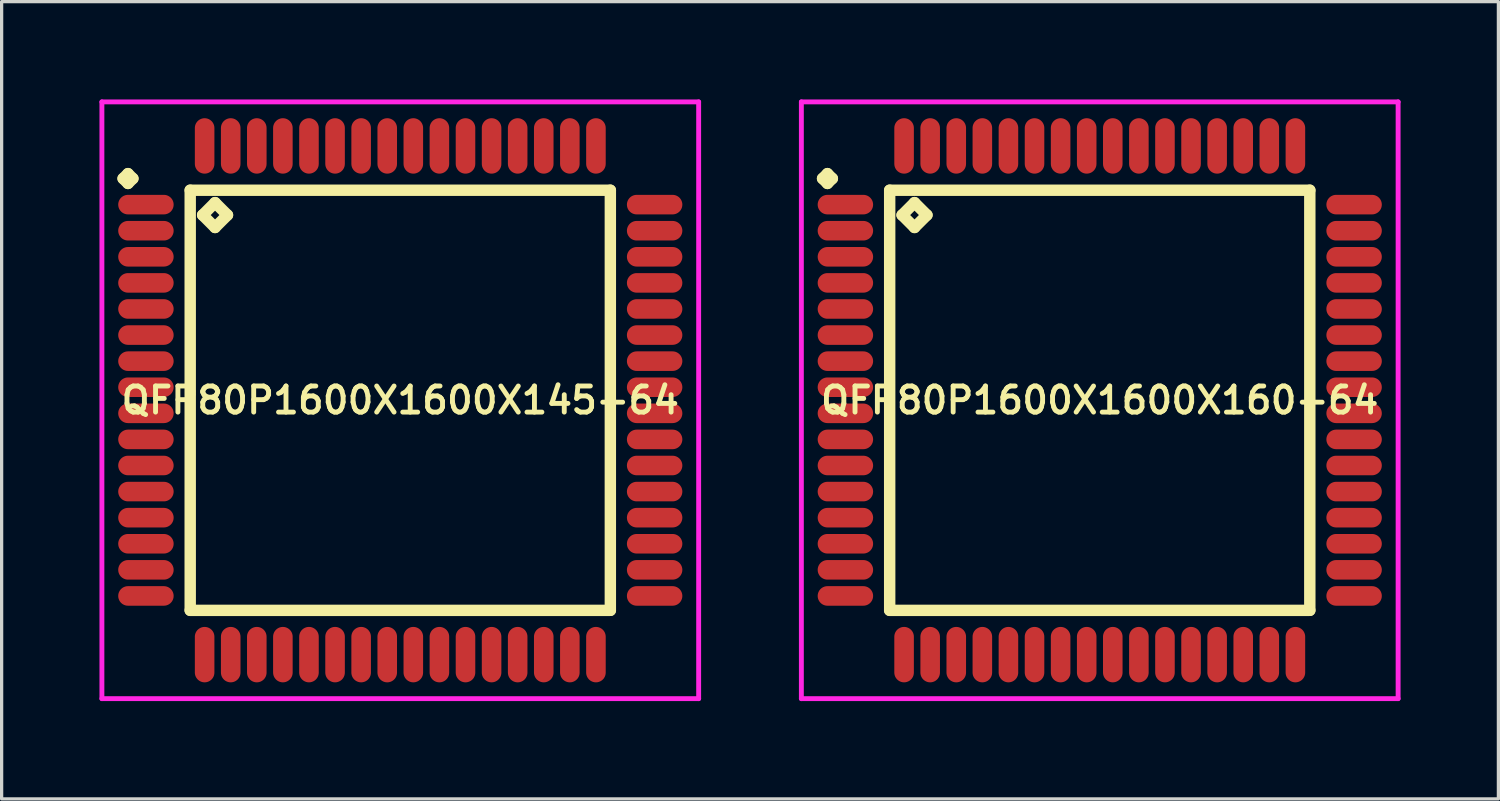
<source format=kicad_pcb>
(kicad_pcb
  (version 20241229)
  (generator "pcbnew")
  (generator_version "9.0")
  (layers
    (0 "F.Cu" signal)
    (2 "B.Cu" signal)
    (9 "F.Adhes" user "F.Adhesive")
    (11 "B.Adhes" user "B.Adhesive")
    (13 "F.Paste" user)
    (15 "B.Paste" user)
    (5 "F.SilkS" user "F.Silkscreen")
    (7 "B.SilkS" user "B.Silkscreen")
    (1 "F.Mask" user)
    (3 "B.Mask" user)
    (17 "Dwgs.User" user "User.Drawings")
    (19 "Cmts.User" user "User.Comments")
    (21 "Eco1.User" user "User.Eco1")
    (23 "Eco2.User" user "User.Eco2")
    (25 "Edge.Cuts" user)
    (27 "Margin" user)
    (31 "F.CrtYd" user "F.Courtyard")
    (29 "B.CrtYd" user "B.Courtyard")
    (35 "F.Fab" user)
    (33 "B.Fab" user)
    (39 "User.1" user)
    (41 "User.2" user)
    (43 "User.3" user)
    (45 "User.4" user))
  (footprint "QFP80P1600X1600X145-64"
    (layer "F.Cu")
    (at 9.225 9.225)
    (property "Reference" "QFP80P1600X1600X145-64" (at 0 0 0) (layer "F.SilkS") (effects (font (size 0.8 0.8) (thickness 0.15))))
    (attr smd)
    (fp_line (start -8.5 -6.8) (end -8.35 -6.95) (stroke (width 0.35) (type solid)) (layer "F.SilkS"))
    (fp_line (start -8.35 -6.95) (end -8.2 -6.8) (stroke (width 0.35) (type solid)) (layer "F.SilkS"))
    (fp_line (start -8.35 -6.65) (end -8.5 -6.8) (stroke (width 0.35) (type solid)) (layer "F.SilkS"))
    (fp_line (start -8.2 -6.8) (end -8.35 -6.65) (stroke (width 0.35) (type solid)) (layer "F.SilkS"))
    (fp_line (start -6.442 -6.442) (end -6.442 6.442) (stroke (width 0.35) (type solid)) (layer "F.SilkS"))
    (fp_line (start -6.442 6.442) (end 6.442 6.442) (stroke (width 0.35) (type solid)) (layer "F.SilkS"))
    (fp_line (start -6.061 -5.68) (end -5.68 -6.061) (stroke (width 0.35) (type solid)) (layer "F.SilkS"))
    (fp_line (start -5.68 -6.061) (end -5.299 -5.68) (stroke (width 0.35) (type solid)) (layer "F.SilkS"))
    (fp_line (start -5.68 -5.299) (end -6.061 -5.68) (stroke (width 0.35) (type solid)) (layer "F.SilkS"))
    (fp_line (start -5.299 -5.68) (end -5.68 -5.299) (stroke (width 0.35) (type solid)) (layer "F.SilkS"))
    (fp_line (start 6.442 -6.442) (end -6.442 -6.442) (stroke (width 0.35) (type solid)) (layer "F.SilkS"))
    (fp_line (start 6.442 6.442) (end 6.442 -6.442) (stroke (width 0.35) (type solid)) (layer "F.SilkS"))
    (fp_line (start -9.15 -9.15) (end 9.15 -9.15) (stroke (width 0.15) (type solid)) (layer "F.CrtYd"))
    (fp_line (start -9.15 9.15) (end -9.15 -9.15) (stroke (width 0.15) (type solid)) (layer "F.CrtYd"))
    (fp_line (start 9.15 -9.15) (end 9.15 9.15) (stroke (width 0.15) (type solid)) (layer "F.CrtYd"))
    (fp_line (start 9.15 9.15) (end -9.15 9.15) (stroke (width 0.15) (type solid)) (layer "F.CrtYd"))
    (pad "1" smd oval (at -7.8 -6) (size 1.7 0.6) (layers "F.Cu" "F.Mask" "F.Paste"))
    (pad "2" smd oval (at -7.8 -5.2) (size 1.7 0.6) (layers "F.Cu" "F.Mask" "F.Paste"))
    (pad "3" smd oval (at -7.8 -4.4) (size 1.7 0.6) (layers "F.Cu" "F.Mask" "F.Paste"))
    (pad "4" smd oval (at -7.8 -3.6) (size 1.7 0.6) (layers "F.Cu" "F.Mask" "F.Paste"))
    (pad "5" smd oval (at -7.8 -2.8) (size 1.7 0.6) (layers "F.Cu" "F.Mask" "F.Paste"))
    (pad "6" smd oval (at -7.8 -2) (size 1.7 0.6) (layers "F.Cu" "F.Mask" "F.Paste"))
    (pad "7" smd oval (at -7.8 -1.2) (size 1.7 0.6) (layers "F.Cu" "F.Mask" "F.Paste"))
    (pad "8" smd oval (at -7.8 -0.4) (size 1.7 0.6) (layers "F.Cu" "F.Mask" "F.Paste"))
    (pad "9" smd oval (at -7.8 0.4) (size 1.7 0.6) (layers "F.Cu" "F.Mask" "F.Paste"))
    (pad "10" smd oval (at -7.8 1.2) (size 1.7 0.6) (layers "F.Cu" "F.Mask" "F.Paste"))
    (pad "11" smd oval (at -7.8 2) (size 1.7 0.6) (layers "F.Cu" "F.Mask" "F.Paste"))
    (pad "12" smd oval (at -7.8 2.8) (size 1.7 0.6) (layers "F.Cu" "F.Mask" "F.Paste"))
    (pad "13" smd oval (at -7.8 3.6) (size 1.7 0.6) (layers "F.Cu" "F.Mask" "F.Paste"))
    (pad "14" smd oval (at -7.8 4.4) (size 1.7 0.6) (layers "F.Cu" "F.Mask" "F.Paste"))
    (pad "15" smd oval (at -7.8 5.2) (size 1.7 0.6) (layers "F.Cu" "F.Mask" "F.Paste"))
    (pad "16" smd oval (at -7.8 6) (size 1.7 0.6) (layers "F.Cu" "F.Mask" "F.Paste"))
    (pad "17" smd oval (at -6 7.8) (size 0.6 1.7) (layers "F.Cu" "F.Mask" "F.Paste"))
    (pad "18" smd oval (at -5.2 7.8) (size 0.6 1.7) (layers "F.Cu" "F.Mask" "F.Paste"))
    (pad "19" smd oval (at -4.4 7.8) (size 0.6 1.7) (layers "F.Cu" "F.Mask" "F.Paste"))
    (pad "20" smd oval (at -3.6 7.8) (size 0.6 1.7) (layers "F.Cu" "F.Mask" "F.Paste"))
    (pad "21" smd oval (at -2.8 7.8) (size 0.6 1.7) (layers "F.Cu" "F.Mask" "F.Paste"))
    (pad "22" smd oval (at -2 7.8) (size 0.6 1.7) (layers "F.Cu" "F.Mask" "F.Paste"))
    (pad "23" smd oval (at -1.2 7.8) (size 0.6 1.7) (layers "F.Cu" "F.Mask" "F.Paste"))
    (pad "24" smd oval (at -0.4 7.8) (size 0.6 1.7) (layers "F.Cu" "F.Mask" "F.Paste"))
    (pad "25" smd oval (at 0.4 7.8) (size 0.6 1.7) (layers "F.Cu" "F.Mask" "F.Paste"))
    (pad "26" smd oval (at 1.2 7.8) (size 0.6 1.7) (layers "F.Cu" "F.Mask" "F.Paste"))
    (pad "27" smd oval (at 2 7.8) (size 0.6 1.7) (layers "F.Cu" "F.Mask" "F.Paste"))
    (pad "28" smd oval (at 2.8 7.8) (size 0.6 1.7) (layers "F.Cu" "F.Mask" "F.Paste"))
    (pad "29" smd oval (at 3.6 7.8) (size 0.6 1.7) (layers "F.Cu" "F.Mask" "F.Paste"))
    (pad "30" smd oval (at 4.4 7.8) (size 0.6 1.7) (layers "F.Cu" "F.Mask" "F.Paste"))
    (pad "31" smd oval (at 5.2 7.8) (size 0.6 1.7) (layers "F.Cu" "F.Mask" "F.Paste"))
    (pad "32" smd oval (at 6 7.8) (size 0.6 1.7) (layers "F.Cu" "F.Mask" "F.Paste"))
    (pad "33" smd oval (at 7.8 6) (size 1.7 0.6) (layers "F.Cu" "F.Mask" "F.Paste"))
    (pad "34" smd oval (at 7.8 5.2) (size 1.7 0.6) (layers "F.Cu" "F.Mask" "F.Paste"))
    (pad "35" smd oval (at 7.8 4.4) (size 1.7 0.6) (layers "F.Cu" "F.Mask" "F.Paste"))
    (pad "36" smd oval (at 7.8 3.6) (size 1.7 0.6) (layers "F.Cu" "F.Mask" "F.Paste"))
    (pad "37" smd oval (at 7.8 2.8) (size 1.7 0.6) (layers "F.Cu" "F.Mask" "F.Paste"))
    (pad "38" smd oval (at 7.8 2) (size 1.7 0.6) (layers "F.Cu" "F.Mask" "F.Paste"))
    (pad "39" smd oval (at 7.8 1.2) (size 1.7 0.6) (layers "F.Cu" "F.Mask" "F.Paste"))
    (pad "40" smd oval (at 7.8 0.4) (size 1.7 0.6) (layers "F.Cu" "F.Mask" "F.Paste"))
    (pad "41" smd oval (at 7.8 -0.4) (size 1.7 0.6) (layers "F.Cu" "F.Mask" "F.Paste"))
    (pad "42" smd oval (at 7.8 -1.2) (size 1.7 0.6) (layers "F.Cu" "F.Mask" "F.Paste"))
    (pad "43" smd oval (at 7.8 -2) (size 1.7 0.6) (layers "F.Cu" "F.Mask" "F.Paste"))
    (pad "44" smd oval (at 7.8 -2.8) (size 1.7 0.6) (layers "F.Cu" "F.Mask" "F.Paste"))
    (pad "45" smd oval (at 7.8 -3.6) (size 1.7 0.6) (layers "F.Cu" "F.Mask" "F.Paste"))
    (pad "46" smd oval (at 7.8 -4.4) (size 1.7 0.6) (layers "F.Cu" "F.Mask" "F.Paste"))
    (pad "47" smd oval (at 7.8 -5.2) (size 1.7 0.6) (layers "F.Cu" "F.Mask" "F.Paste"))
    (pad "48" smd oval (at 7.8 -6) (size 1.7 0.6) (layers "F.Cu" "F.Mask" "F.Paste"))
    (pad "49" smd oval (at 6 -7.8) (size 0.6 1.7) (layers "F.Cu" "F.Mask" "F.Paste"))
    (pad "50" smd oval (at 5.2 -7.8) (size 0.6 1.7) (layers "F.Cu" "F.Mask" "F.Paste"))
    (pad "51" smd oval (at 4.4 -7.8) (size 0.6 1.7) (layers "F.Cu" "F.Mask" "F.Paste"))
    (pad "52" smd oval (at 3.6 -7.8) (size 0.6 1.7) (layers "F.Cu" "F.Mask" "F.Paste"))
    (pad "53" smd oval (at 2.8 -7.8) (size 0.6 1.7) (layers "F.Cu" "F.Mask" "F.Paste"))
    (pad "54" smd oval (at 2 -7.8) (size 0.6 1.7) (layers "F.Cu" "F.Mask" "F.Paste"))
    (pad "55" smd oval (at 1.2 -7.8) (size 0.6 1.7) (layers "F.Cu" "F.Mask" "F.Paste"))
    (pad "56" smd oval (at 0.4 -7.8) (size 0.6 1.7) (layers "F.Cu" "F.Mask" "F.Paste"))
    (pad "57" smd oval (at -0.4 -7.8) (size 0.6 1.7) (layers "F.Cu" "F.Mask" "F.Paste"))
    (pad "58" smd oval (at -1.2 -7.8) (size 0.6 1.7) (layers "F.Cu" "F.Mask" "F.Paste"))
    (pad "59" smd oval (at -2 -7.8) (size 0.6 1.7) (layers "F.Cu" "F.Mask" "F.Paste"))
    (pad "60" smd oval (at -2.8 -7.8) (size 0.6 1.7) (layers "F.Cu" "F.Mask" "F.Paste"))
    (pad "61" smd oval (at -3.6 -7.8) (size 0.6 1.7) (layers "F.Cu" "F.Mask" "F.Paste"))
    (pad "62" smd oval (at -4.4 -7.8) (size 0.6 1.7) (layers "F.Cu" "F.Mask" "F.Paste"))
    (pad "63" smd oval (at -5.2 -7.8) (size 0.6 1.7) (layers "F.Cu" "F.Mask" "F.Paste"))
    (pad "64" smd oval (at -6 -7.8) (size 0.6 1.7) (layers "F.Cu" "F.Mask" "F.Paste")))
  (footprint "QFP80P1600X1600X160-64"
    (layer "F.Cu")
    (at 30.675 9.225)
    (property "Reference" "QFP80P1600X1600X160-64" (at 0 0 0) (layer "F.SilkS") (effects (font (size 0.8 0.8) (thickness 0.15))))
    (attr smd)
    (fp_line (start -8.5 -6.8) (end -8.35 -6.95) (stroke (width 0.35) (type solid)) (layer "F.SilkS"))
    (fp_line (start -8.35 -6.95) (end -8.2 -6.8) (stroke (width 0.35) (type solid)) (layer "F.SilkS"))
    (fp_line (start -8.35 -6.65) (end -8.5 -6.8) (stroke (width 0.35) (type solid)) (layer "F.SilkS"))
    (fp_line (start -8.2 -6.8) (end -8.35 -6.65) (stroke (width 0.35) (type solid)) (layer "F.SilkS"))
    (fp_line (start -6.442 -6.442) (end -6.442 6.442) (stroke (width 0.35) (type solid)) (layer "F.SilkS"))
    (fp_line (start -6.442 6.442) (end 6.442 6.442) (stroke (width 0.35) (type solid)) (layer "F.SilkS"))
    (fp_line (start -6.061 -5.68) (end -5.68 -6.061) (stroke (width 0.35) (type solid)) (layer "F.SilkS"))
    (fp_line (start -5.68 -6.061) (end -5.299 -5.68) (stroke (width 0.35) (type solid)) (layer "F.SilkS"))
    (fp_line (start -5.68 -5.299) (end -6.061 -5.68) (stroke (width 0.35) (type solid)) (layer "F.SilkS"))
    (fp_line (start -5.299 -5.68) (end -5.68 -5.299) (stroke (width 0.35) (type solid)) (layer "F.SilkS"))
    (fp_line (start 6.442 -6.442) (end -6.442 -6.442) (stroke (width 0.35) (type solid)) (layer "F.SilkS"))
    (fp_line (start 6.442 6.442) (end 6.442 -6.442) (stroke (width 0.35) (type solid)) (layer "F.SilkS"))
    (fp_line (start -9.15 -9.15) (end 9.15 -9.15) (stroke (width 0.15) (type solid)) (layer "F.CrtYd"))
    (fp_line (start -9.15 9.15) (end -9.15 -9.15) (stroke (width 0.15) (type solid)) (layer "F.CrtYd"))
    (fp_line (start 9.15 -9.15) (end 9.15 9.15) (stroke (width 0.15) (type solid)) (layer "F.CrtYd"))
    (fp_line (start 9.15 9.15) (end -9.15 9.15) (stroke (width 0.15) (type solid)) (layer "F.CrtYd"))
    (pad "1" smd oval (at -7.8 -6) (size 1.7 0.6) (layers "F.Cu" "F.Mask" "F.Paste"))
    (pad "2" smd oval (at -7.8 -5.2) (size 1.7 0.6) (layers "F.Cu" "F.Mask" "F.Paste"))
    (pad "3" smd oval (at -7.8 -4.4) (size 1.7 0.6) (layers "F.Cu" "F.Mask" "F.Paste"))
    (pad "4" smd oval (at -7.8 -3.6) (size 1.7 0.6) (layers "F.Cu" "F.Mask" "F.Paste"))
    (pad "5" smd oval (at -7.8 -2.8) (size 1.7 0.6) (layers "F.Cu" "F.Mask" "F.Paste"))
    (pad "6" smd oval (at -7.8 -2) (size 1.7 0.6) (layers "F.Cu" "F.Mask" "F.Paste"))
    (pad "7" smd oval (at -7.8 -1.2) (size 1.7 0.6) (layers "F.Cu" "F.Mask" "F.Paste"))
    (pad "8" smd oval (at -7.8 -0.4) (size 1.7 0.6) (layers "F.Cu" "F.Mask" "F.Paste"))
    (pad "9" smd oval (at -7.8 0.4) (size 1.7 0.6) (layers "F.Cu" "F.Mask" "F.Paste"))
    (pad "10" smd oval (at -7.8 1.2) (size 1.7 0.6) (layers "F.Cu" "F.Mask" "F.Paste"))
    (pad "11" smd oval (at -7.8 2) (size 1.7 0.6) (layers "F.Cu" "F.Mask" "F.Paste"))
    (pad "12" smd oval (at -7.8 2.8) (size 1.7 0.6) (layers "F.Cu" "F.Mask" "F.Paste"))
    (pad "13" smd oval (at -7.8 3.6) (size 1.7 0.6) (layers "F.Cu" "F.Mask" "F.Paste"))
    (pad "14" smd oval (at -7.8 4.4) (size 1.7 0.6) (layers "F.Cu" "F.Mask" "F.Paste"))
    (pad "15" smd oval (at -7.8 5.2) (size 1.7 0.6) (layers "F.Cu" "F.Mask" "F.Paste"))
    (pad "16" smd oval (at -7.8 6) (size 1.7 0.6) (layers "F.Cu" "F.Mask" "F.Paste"))
    (pad "17" smd oval (at -6 7.8) (size 0.6 1.7) (layers "F.Cu" "F.Mask" "F.Paste"))
    (pad "18" smd oval (at -5.2 7.8) (size 0.6 1.7) (layers "F.Cu" "F.Mask" "F.Paste"))
    (pad "19" smd oval (at -4.4 7.8) (size 0.6 1.7) (layers "F.Cu" "F.Mask" "F.Paste"))
    (pad "20" smd oval (at -3.6 7.8) (size 0.6 1.7) (layers "F.Cu" "F.Mask" "F.Paste"))
    (pad "21" smd oval (at -2.8 7.8) (size 0.6 1.7) (layers "F.Cu" "F.Mask" "F.Paste"))
    (pad "22" smd oval (at -2 7.8) (size 0.6 1.7) (layers "F.Cu" "F.Mask" "F.Paste"))
    (pad "23" smd oval (at -1.2 7.8) (size 0.6 1.7) (layers "F.Cu" "F.Mask" "F.Paste"))
    (pad "24" smd oval (at -0.4 7.8) (size 0.6 1.7) (layers "F.Cu" "F.Mask" "F.Paste"))
    (pad "25" smd oval (at 0.4 7.8) (size 0.6 1.7) (layers "F.Cu" "F.Mask" "F.Paste"))
    (pad "26" smd oval (at 1.2 7.8) (size 0.6 1.7) (layers "F.Cu" "F.Mask" "F.Paste"))
    (pad "27" smd oval (at 2 7.8) (size 0.6 1.7) (layers "F.Cu" "F.Mask" "F.Paste"))
    (pad "28" smd oval (at 2.8 7.8) (size 0.6 1.7) (layers "F.Cu" "F.Mask" "F.Paste"))
    (pad "29" smd oval (at 3.6 7.8) (size 0.6 1.7) (layers "F.Cu" "F.Mask" "F.Paste"))
    (pad "30" smd oval (at 4.4 7.8) (size 0.6 1.7) (layers "F.Cu" "F.Mask" "F.Paste"))
    (pad "31" smd oval (at 5.2 7.8) (size 0.6 1.7) (layers "F.Cu" "F.Mask" "F.Paste"))
    (pad "32" smd oval (at 6 7.8) (size 0.6 1.7) (layers "F.Cu" "F.Mask" "F.Paste"))
    (pad "33" smd oval (at 7.8 6) (size 1.7 0.6) (layers "F.Cu" "F.Mask" "F.Paste"))
    (pad "34" smd oval (at 7.8 5.2) (size 1.7 0.6) (layers "F.Cu" "F.Mask" "F.Paste"))
    (pad "35" smd oval (at 7.8 4.4) (size 1.7 0.6) (layers "F.Cu" "F.Mask" "F.Paste"))
    (pad "36" smd oval (at 7.8 3.6) (size 1.7 0.6) (layers "F.Cu" "F.Mask" "F.Paste"))
    (pad "37" smd oval (at 7.8 2.8) (size 1.7 0.6) (layers "F.Cu" "F.Mask" "F.Paste"))
    (pad "38" smd oval (at 7.8 2) (size 1.7 0.6) (layers "F.Cu" "F.Mask" "F.Paste"))
    (pad "39" smd oval (at 7.8 1.2) (size 1.7 0.6) (layers "F.Cu" "F.Mask" "F.Paste"))
    (pad "40" smd oval (at 7.8 0.4) (size 1.7 0.6) (layers "F.Cu" "F.Mask" "F.Paste"))
    (pad "41" smd oval (at 7.8 -0.4) (size 1.7 0.6) (layers "F.Cu" "F.Mask" "F.Paste"))
    (pad "42" smd oval (at 7.8 -1.2) (size 1.7 0.6) (layers "F.Cu" "F.Mask" "F.Paste"))
    (pad "43" smd oval (at 7.8 -2) (size 1.7 0.6) (layers "F.Cu" "F.Mask" "F.Paste"))
    (pad "44" smd oval (at 7.8 -2.8) (size 1.7 0.6) (layers "F.Cu" "F.Mask" "F.Paste"))
    (pad "45" smd oval (at 7.8 -3.6) (size 1.7 0.6) (layers "F.Cu" "F.Mask" "F.Paste"))
    (pad "46" smd oval (at 7.8 -4.4) (size 1.7 0.6) (layers "F.Cu" "F.Mask" "F.Paste"))
    (pad "47" smd oval (at 7.8 -5.2) (size 1.7 0.6) (layers "F.Cu" "F.Mask" "F.Paste"))
    (pad "48" smd oval (at 7.8 -6) (size 1.7 0.6) (layers "F.Cu" "F.Mask" "F.Paste"))
    (pad "49" smd oval (at 6 -7.8) (size 0.6 1.7) (layers "F.Cu" "F.Mask" "F.Paste"))
    (pad "50" smd oval (at 5.2 -7.8) (size 0.6 1.7) (layers "F.Cu" "F.Mask" "F.Paste"))
    (pad "51" smd oval (at 4.4 -7.8) (size 0.6 1.7) (layers "F.Cu" "F.Mask" "F.Paste"))
    (pad "52" smd oval (at 3.6 -7.8) (size 0.6 1.7) (layers "F.Cu" "F.Mask" "F.Paste"))
    (pad "53" smd oval (at 2.8 -7.8) (size 0.6 1.7) (layers "F.Cu" "F.Mask" "F.Paste"))
    (pad "54" smd oval (at 2 -7.8) (size 0.6 1.7) (layers "F.Cu" "F.Mask" "F.Paste"))
    (pad "55" smd oval (at 1.2 -7.8) (size 0.6 1.7) (layers "F.Cu" "F.Mask" "F.Paste"))
    (pad "56" smd oval (at 0.4 -7.8) (size 0.6 1.7) (layers "F.Cu" "F.Mask" "F.Paste"))
    (pad "57" smd oval (at -0.4 -7.8) (size 0.6 1.7) (layers "F.Cu" "F.Mask" "F.Paste"))
    (pad "58" smd oval (at -1.2 -7.8) (size 0.6 1.7) (layers "F.Cu" "F.Mask" "F.Paste"))
    (pad "59" smd oval (at -2 -7.8) (size 0.6 1.7) (layers "F.Cu" "F.Mask" "F.Paste"))
    (pad "60" smd oval (at -2.8 -7.8) (size 0.6 1.7) (layers "F.Cu" "F.Mask" "F.Paste"))
    (pad "61" smd oval (at -3.6 -7.8) (size 0.6 1.7) (layers "F.Cu" "F.Mask" "F.Paste"))
    (pad "62" smd oval (at -4.4 -7.8) (size 0.6 1.7) (layers "F.Cu" "F.Mask" "F.Paste"))
    (pad "63" smd oval (at -5.2 -7.8) (size 0.6 1.7) (layers "F.Cu" "F.Mask" "F.Paste"))
    (pad "64" smd oval (at -6 -7.8) (size 0.6 1.7) (layers "F.Cu" "F.Mask" "F.Paste")))
  (gr_rect
    (start -3 -3)
    (end 42.9 21.45)
    (stroke (width 0.1) (type default))
    (fill no)
    (layer "Edge.Cuts")))
</source>
